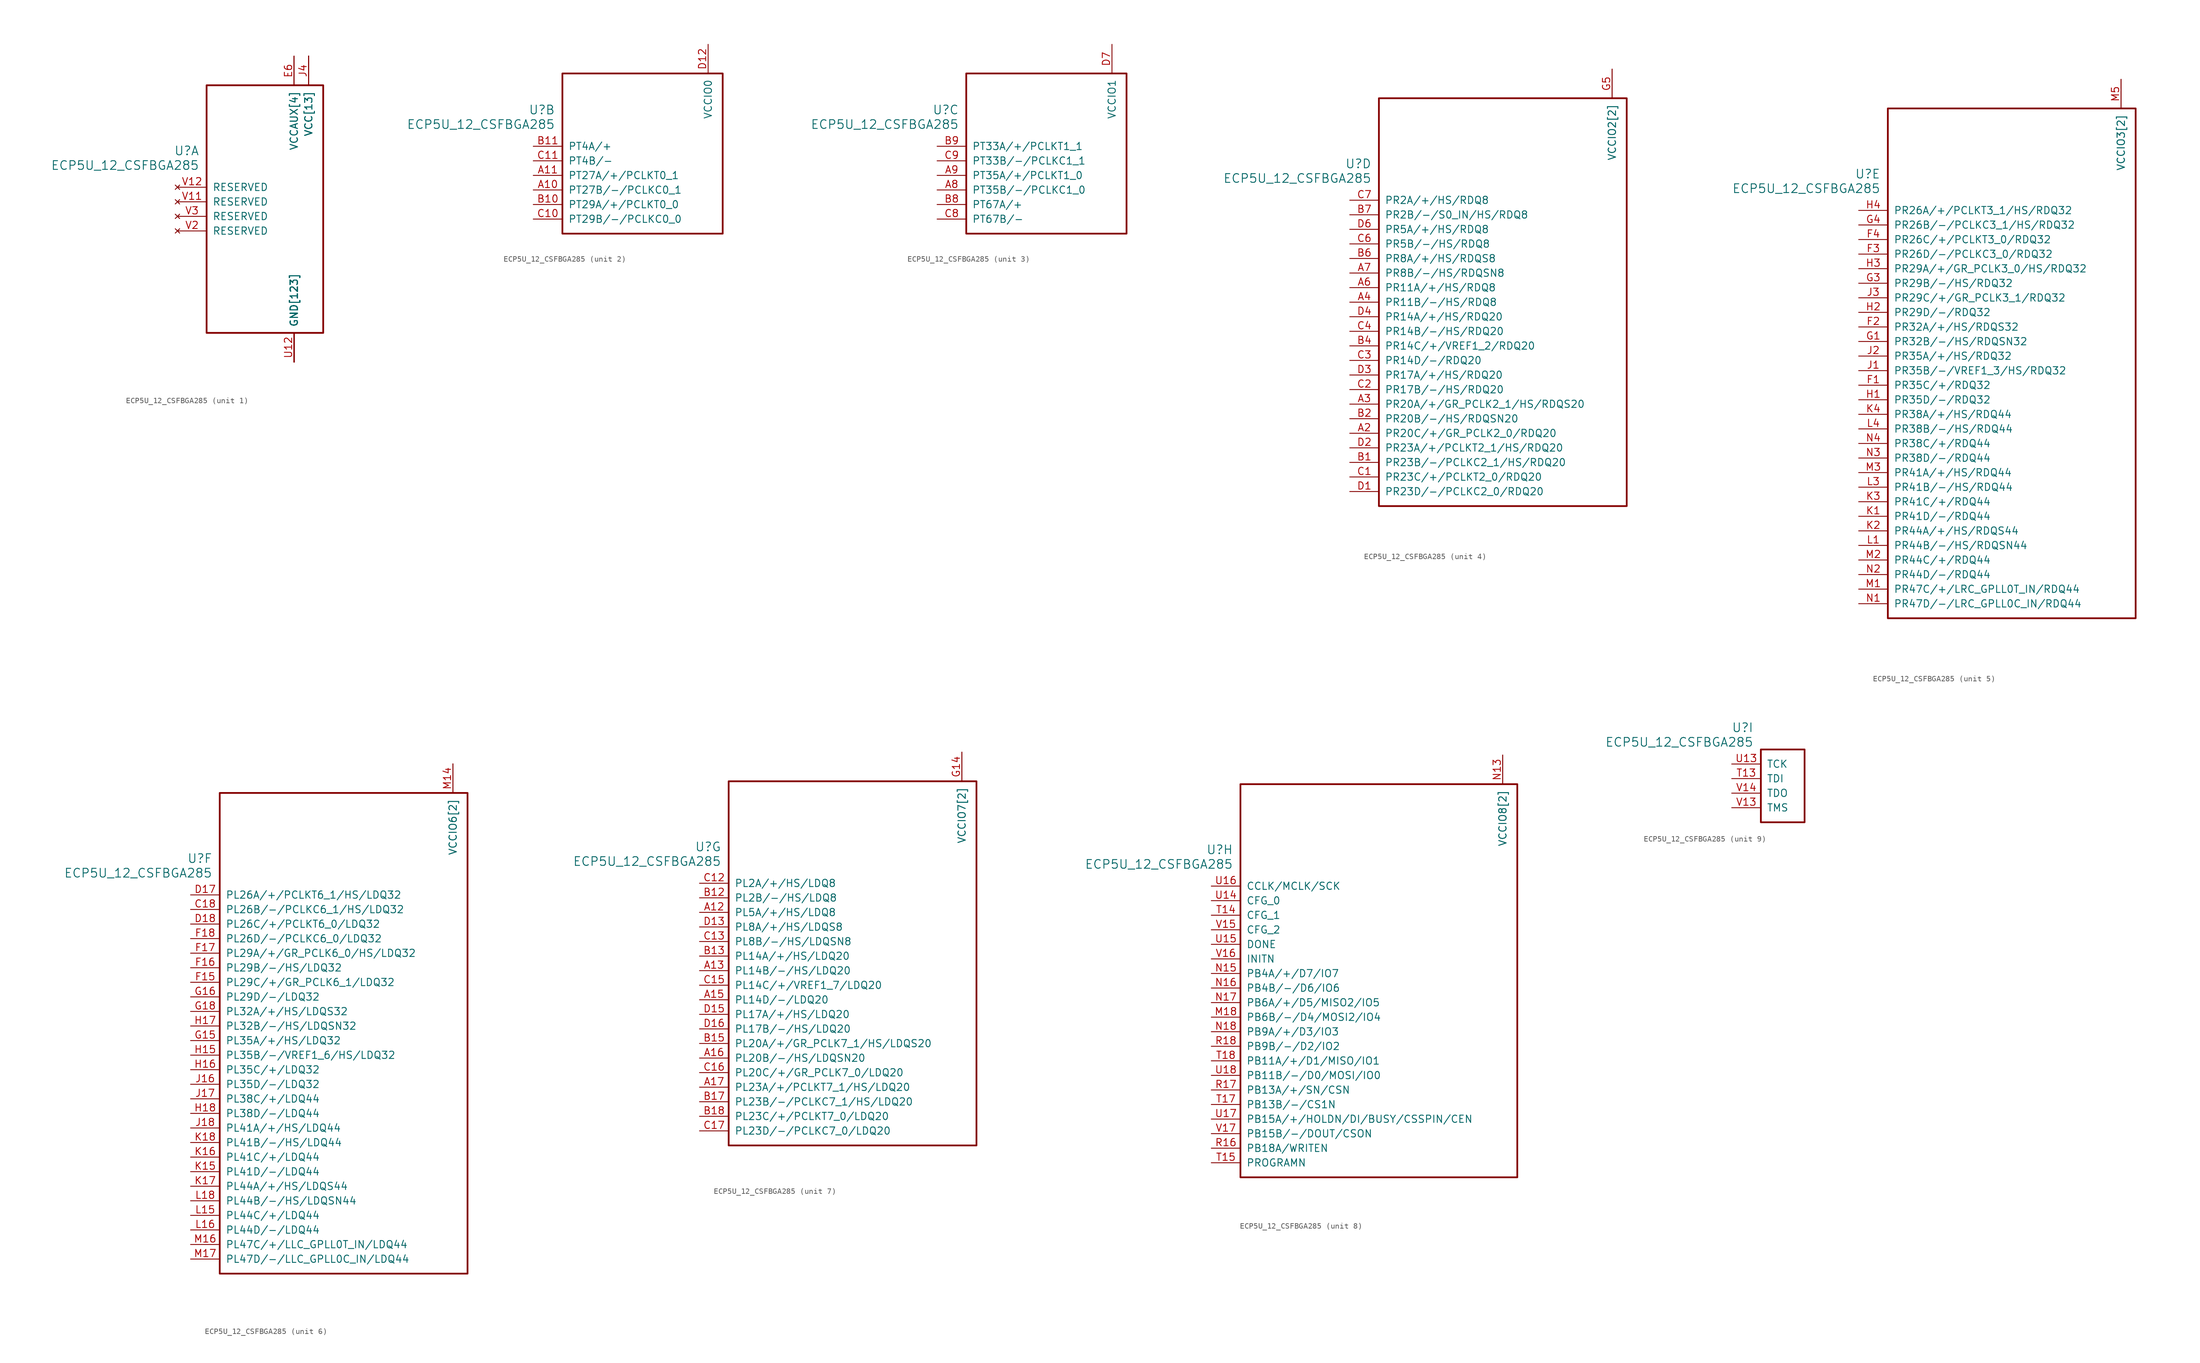
<source format=kicad_sym>
(kicad_symbol_lib
  (version 20211014)
  (generator kicad_symbol_editor)
  (symbol "ECP5U_12_CSFBGA285"
    (pin_names
      (offset 1.016))
    (property "Reference" "U"
      (at 3.81 6.35 0)
      (effects (font (size 1.524 1.524)) (justify right)))
    (property "Value" "ECP5U_12_CSFBGA285"
      (at 3.81 3.81 0)
      (effects (font (size 1.524 1.524)) (justify right)))
    (property "ki_locked" ""
      (at 0 0 0)
      (effects (font (size 1.27 1.27))))
    (symbol "ECP5U_12_CSFBGA285_1_1"
      (rectangle (start 5.08 17.78) (end 25.4 -25.4) (stroke (width 0.305) (type default) (color 0 0 0 0)) (fill (type none)))
      (pin power_in line (at 20.32 -30.48 90) (length 5.08) (name "GND[123]" (effects (font (size 1.27 1.27)))) (number "B16" (effects (font (size 0 0)))))
      (pin power_in line (at 20.32 -30.48 90) (length 5.08) (name "GND[123]" (effects (font (size 1.27 1.27)))) (number "B3" (effects (font (size 0 0)))))
      (pin power_in line (at 22.86 22.86 270) (length 5.08) (name "VCC[13]" (effects (font (size 1.27 1.27)))) (number "D10" (effects (font (size 0 0)))))
      (pin power_in line (at 22.86 22.86 270) (length 5.08) (name "VCC[13]" (effects (font (size 1.27 1.27)))) (number "D11" (effects (font (size 0 0)))))
      (pin power_in line (at 22.86 22.86 270) (length 5.08) (name "VCC[13]" (effects (font (size 1.27 1.27)))) (number "D8" (effects (font (size 0 0)))))
      (pin power_in line (at 22.86 22.86 270) (length 5.08) (name "VCC[13]" (effects (font (size 1.27 1.27)))) (number "D9" (effects (font (size 0 0)))))
      (pin power_in line (at 20.32 -30.48 90) (length 5.08) (name "GND[123]" (effects (font (size 1.27 1.27)))) (number "E10" (effects (font (size 0 0)))))
      (pin power_in line (at 20.32 -30.48 90) (length 5.08) (name "GND[123]" (effects (font (size 1.27 1.27)))) (number "E11" (effects (font (size 0 0)))))
      (pin power_in line (at 20.32 -30.48 90) (length 5.08) (name "GND[123]" (effects (font (size 1.27 1.27)))) (number "E12" (effects (font (size 0 0)))))
      (pin power_in line (at 20.32 22.86 270) (length 5.08) (name "VCCAUX[4]" (effects (font (size 1.27 1.27)))) (number "E13" (effects (font (size 0 0)))))
      (pin power_in line (at 20.32 -30.48 90) (length 5.08) (name "GND[123]" (effects (font (size 1.27 1.27)))) (number "E14" (effects (font (size 0 0)))))
      (pin power_in line (at 20.32 -30.48 90) (length 5.08) (name "GND[123]" (effects (font (size 1.27 1.27)))) (number "E5" (effects (font (size 0 0)))))
      (pin power_in line (at 20.32 22.86 270) (length 5.08) (name "VCCAUX[4]" (effects (font (size 1.27 1.27)))) (number "E6" (effects (font (size 1.27 1.27)))))
      (pin power_in line (at 20.32 -30.48 90) (length 5.08) (name "GND[123]" (effects (font (size 1.27 1.27)))) (number "E7" (effects (font (size 0 0)))))
      (pin power_in line (at 20.32 -30.48 90) (length 5.08) (name "GND[123]" (effects (font (size 1.27 1.27)))) (number "E8" (effects (font (size 0 0)))))
      (pin power_in line (at 20.32 -30.48 90) (length 5.08) (name "GND[123]" (effects (font (size 1.27 1.27)))) (number "E9" (effects (font (size 0 0)))))
      (pin power_in line (at 20.32 -30.48 90) (length 5.08) (name "GND[123]" (effects (font (size 1.27 1.27)))) (number "F10" (effects (font (size 0 0)))))
      (pin power_in line (at 20.32 -30.48 90) (length 5.08) (name "GND[123]" (effects (font (size 1.27 1.27)))) (number "F11" (effects (font (size 0 0)))))
      (pin power_in line (at 20.32 -30.48 90) (length 5.08) (name "GND[123]" (effects (font (size 1.27 1.27)))) (number "F12" (effects (font (size 0 0)))))
      (pin power_in line (at 20.32 -30.48 90) (length 5.08) (name "GND[123]" (effects (font (size 1.27 1.27)))) (number "F13" (effects (font (size 0 0)))))
      (pin power_in line (at 20.32 -30.48 90) (length 5.08) (name "GND[123]" (effects (font (size 1.27 1.27)))) (number "F14" (effects (font (size 0 0)))))
      (pin power_in line (at 20.32 -30.48 90) (length 5.08) (name "GND[123]" (effects (font (size 1.27 1.27)))) (number "F5" (effects (font (size 0 0)))))
      (pin power_in line (at 20.32 -30.48 90) (length 5.08) (name "GND[123]" (effects (font (size 1.27 1.27)))) (number "F6" (effects (font (size 0 0)))))
      (pin power_in line (at 20.32 -30.48 90) (length 5.08) (name "GND[123]" (effects (font (size 1.27 1.27)))) (number "F7" (effects (font (size 0 0)))))
      (pin power_in line (at 20.32 -30.48 90) (length 5.08) (name "GND[123]" (effects (font (size 1.27 1.27)))) (number "F8" (effects (font (size 0 0)))))
      (pin power_in line (at 20.32 -30.48 90) (length 5.08) (name "GND[123]" (effects (font (size 1.27 1.27)))) (number "F9" (effects (font (size 0 0)))))
      (pin power_in line (at 20.32 -30.48 90) (length 5.08) (name "GND[123]" (effects (font (size 1.27 1.27)))) (number "G10" (effects (font (size 0 0)))))
      (pin power_in line (at 20.32 -30.48 90) (length 5.08) (name "GND[123]" (effects (font (size 1.27 1.27)))) (number "G11" (effects (font (size 0 0)))))
      (pin power_in line (at 20.32 -30.48 90) (length 5.08) (name "GND[123]" (effects (font (size 1.27 1.27)))) (number "G12" (effects (font (size 0 0)))))
      (pin power_in line (at 20.32 -30.48 90) (length 5.08) (name "GND[123]" (effects (font (size 1.27 1.27)))) (number "G13" (effects (font (size 0 0)))))
      (pin power_in line (at 20.32 -30.48 90) (length 5.08) (name "GND[123]" (effects (font (size 1.27 1.27)))) (number "G17" (effects (font (size 0 0)))))
      (pin power_in line (at 20.32 -30.48 90) (length 5.08) (name "GND[123]" (effects (font (size 1.27 1.27)))) (number "G2" (effects (font (size 0 0)))))
      (pin power_in line (at 20.32 -30.48 90) (length 5.08) (name "GND[123]" (effects (font (size 1.27 1.27)))) (number "G6" (effects (font (size 0 0)))))
      (pin power_in line (at 20.32 -30.48 90) (length 5.08) (name "GND[123]" (effects (font (size 1.27 1.27)))) (number "G7" (effects (font (size 0 0)))))
      (pin power_in line (at 20.32 -30.48 90) (length 5.08) (name "GND[123]" (effects (font (size 1.27 1.27)))) (number "G8" (effects (font (size 0 0)))))
      (pin power_in line (at 20.32 -30.48 90) (length 5.08) (name "GND[123]" (effects (font (size 1.27 1.27)))) (number "G9" (effects (font (size 0 0)))))
      (pin power_in line (at 20.32 -30.48 90) (length 5.08) (name "GND[123]" (effects (font (size 1.27 1.27)))) (number "H10" (effects (font (size 0 0)))))
      (pin power_in line (at 20.32 -30.48 90) (length 5.08) (name "GND[123]" (effects (font (size 1.27 1.27)))) (number "H11" (effects (font (size 0 0)))))
      (pin power_in line (at 20.32 -30.48 90) (length 5.08) (name "GND[123]" (effects (font (size 1.27 1.27)))) (number "H12" (effects (font (size 0 0)))))
      (pin power_in line (at 20.32 -30.48 90) (length 5.08) (name "GND[123]" (effects (font (size 1.27 1.27)))) (number "H13" (effects (font (size 0 0)))))
      (pin power_in line (at 20.32 -30.48 90) (length 5.08) (name "GND[123]" (effects (font (size 1.27 1.27)))) (number "H6" (effects (font (size 0 0)))))
      (pin power_in line (at 20.32 -30.48 90) (length 5.08) (name "GND[123]" (effects (font (size 1.27 1.27)))) (number "H7" (effects (font (size 0 0)))))
      (pin power_in line (at 20.32 -30.48 90) (length 5.08) (name "GND[123]" (effects (font (size 1.27 1.27)))) (number "H8" (effects (font (size 0 0)))))
      (pin power_in line (at 20.32 -30.48 90) (length 5.08) (name "GND[123]" (effects (font (size 1.27 1.27)))) (number "H9" (effects (font (size 0 0)))))
      (pin power_in line (at 20.32 -30.48 90) (length 5.08) (name "GND[123]" (effects (font (size 1.27 1.27)))) (number "J10" (effects (font (size 0 0)))))
      (pin power_in line (at 20.32 -30.48 90) (length 5.08) (name "GND[123]" (effects (font (size 1.27 1.27)))) (number "J11" (effects (font (size 0 0)))))
      (pin power_in line (at 20.32 -30.48 90) (length 5.08) (name "GND[123]" (effects (font (size 1.27 1.27)))) (number "J12" (effects (font (size 0 0)))))
      (pin power_in line (at 20.32 -30.48 90) (length 5.08) (name "GND[123]" (effects (font (size 1.27 1.27)))) (number "J13" (effects (font (size 0 0)))))
      (pin power_in line (at 22.86 22.86 270) (length 5.08) (name "VCC[13]" (effects (font (size 1.27 1.27)))) (number "J14" (effects (font (size 0 0)))))
      (pin power_in line (at 22.86 22.86 270) (length 5.08) (name "VCC[13]" (effects (font (size 1.27 1.27)))) (number "J15" (effects (font (size 0 0)))))
      (pin power_in line (at 22.86 22.86 270) (length 5.08) (name "VCC[13]" (effects (font (size 1.27 1.27)))) (number "J4" (effects (font (size 1.27 1.27)))))
      (pin power_in line (at 22.86 22.86 270) (length 5.08) (name "VCC[13]" (effects (font (size 1.27 1.27)))) (number "J5" (effects (font (size 0 0)))))
      (pin power_in line (at 20.32 -30.48 90) (length 5.08) (name "GND[123]" (effects (font (size 1.27 1.27)))) (number "J6" (effects (font (size 0 0)))))
      (pin power_in line (at 20.32 -30.48 90) (length 5.08) (name "GND[123]" (effects (font (size 1.27 1.27)))) (number "J7" (effects (font (size 0 0)))))
      (pin power_in line (at 20.32 -30.48 90) (length 5.08) (name "GND[123]" (effects (font (size 1.27 1.27)))) (number "J8" (effects (font (size 0 0)))))
      (pin power_in line (at 20.32 -30.48 90) (length 5.08) (name "GND[123]" (effects (font (size 1.27 1.27)))) (number "J9" (effects (font (size 0 0)))))
      (pin power_in line (at 20.32 -30.48 90) (length 5.08) (name "GND[123]" (effects (font (size 1.27 1.27)))) (number "K10" (effects (font (size 0 0)))))
      (pin power_in line (at 20.32 -30.48 90) (length 5.08) (name "GND[123]" (effects (font (size 1.27 1.27)))) (number "K11" (effects (font (size 0 0)))))
      (pin power_in line (at 20.32 -30.48 90) (length 5.08) (name "GND[123]" (effects (font (size 1.27 1.27)))) (number "K12" (effects (font (size 0 0)))))
      (pin power_in line (at 20.32 -30.48 90) (length 5.08) (name "GND[123]" (effects (font (size 1.27 1.27)))) (number "K13" (effects (font (size 0 0)))))
      (pin power_in line (at 20.32 -30.48 90) (length 5.08) (name "GND[123]" (effects (font (size 1.27 1.27)))) (number "K14" (effects (font (size 0 0)))))
      (pin power_in line (at 20.32 -30.48 90) (length 5.08) (name "GND[123]" (effects (font (size 1.27 1.27)))) (number "K5" (effects (font (size 0 0)))))
      (pin power_in line (at 20.32 -30.48 90) (length 5.08) (name "GND[123]" (effects (font (size 1.27 1.27)))) (number "K6" (effects (font (size 0 0)))))
      (pin power_in line (at 20.32 -30.48 90) (length 5.08) (name "GND[123]" (effects (font (size 1.27 1.27)))) (number "K7" (effects (font (size 0 0)))))
      (pin power_in line (at 20.32 -30.48 90) (length 5.08) (name "GND[123]" (effects (font (size 1.27 1.27)))) (number "K8" (effects (font (size 0 0)))))
      (pin power_in line (at 20.32 -30.48 90) (length 5.08) (name "GND[123]" (effects (font (size 1.27 1.27)))) (number "K9" (effects (font (size 0 0)))))
      (pin power_in line (at 20.32 -30.48 90) (length 5.08) (name "GND[123]" (effects (font (size 1.27 1.27)))) (number "L10" (effects (font (size 0 0)))))
      (pin power_in line (at 20.32 -30.48 90) (length 5.08) (name "GND[123]" (effects (font (size 1.27 1.27)))) (number "L11" (effects (font (size 0 0)))))
      (pin power_in line (at 20.32 -30.48 90) (length 5.08) (name "GND[123]" (effects (font (size 1.27 1.27)))) (number "L12" (effects (font (size 0 0)))))
      (pin power_in line (at 20.32 -30.48 90) (length 5.08) (name "GND[123]" (effects (font (size 1.27 1.27)))) (number "L13" (effects (font (size 0 0)))))
      (pin power_in line (at 20.32 -30.48 90) (length 5.08) (name "GND[123]" (effects (font (size 1.27 1.27)))) (number "L14" (effects (font (size 0 0)))))
      (pin power_in line (at 20.32 -30.48 90) (length 5.08) (name "GND[123]" (effects (font (size 1.27 1.27)))) (number "L17" (effects (font (size 0 0)))))
      (pin power_in line (at 20.32 -30.48 90) (length 5.08) (name "GND[123]" (effects (font (size 1.27 1.27)))) (number "L2" (effects (font (size 0 0)))))
      (pin power_in line (at 20.32 -30.48 90) (length 5.08) (name "GND[123]" (effects (font (size 1.27 1.27)))) (number "L5" (effects (font (size 0 0)))))
      (pin power_in line (at 20.32 -30.48 90) (length 5.08) (name "GND[123]" (effects (font (size 1.27 1.27)))) (number "L6" (effects (font (size 0 0)))))
      (pin power_in line (at 20.32 -30.48 90) (length 5.08) (name "GND[123]" (effects (font (size 1.27 1.27)))) (number "L7" (effects (font (size 0 0)))))
      (pin power_in line (at 20.32 -30.48 90) (length 5.08) (name "GND[123]" (effects (font (size 1.27 1.27)))) (number "L8" (effects (font (size 0 0)))))
      (pin power_in line (at 20.32 -30.48 90) (length 5.08) (name "GND[123]" (effects (font (size 1.27 1.27)))) (number "L9" (effects (font (size 0 0)))))
      (pin power_in line (at 20.32 -30.48 90) (length 5.08) (name "GND[123]" (effects (font (size 1.27 1.27)))) (number "M10" (effects (font (size 0 0)))))
      (pin power_in line (at 20.32 -30.48 90) (length 5.08) (name "GND[123]" (effects (font (size 1.27 1.27)))) (number "M11" (effects (font (size 0 0)))))
      (pin power_in line (at 20.32 -30.48 90) (length 5.08) (name "GND[123]" (effects (font (size 1.27 1.27)))) (number "M12" (effects (font (size 0 0)))))
      (pin power_in line (at 20.32 -30.48 90) (length 5.08) (name "GND[123]" (effects (font (size 1.27 1.27)))) (number "M13" (effects (font (size 0 0)))))
      (pin power_in line (at 22.86 22.86 270) (length 5.08) (name "VCC[13]" (effects (font (size 1.27 1.27)))) (number "M15" (effects (font (size 0 0)))))
      (pin power_in line (at 22.86 22.86 270) (length 5.08) (name "VCC[13]" (effects (font (size 1.27 1.27)))) (number "M4" (effects (font (size 0 0)))))
      (pin power_in line (at 20.32 -30.48 90) (length 5.08) (name "GND[123]" (effects (font (size 1.27 1.27)))) (number "M6" (effects (font (size 0 0)))))
      (pin power_in line (at 20.32 -30.48 90) (length 5.08) (name "GND[123]" (effects (font (size 1.27 1.27)))) (number "M7" (effects (font (size 0 0)))))
      (pin power_in line (at 20.32 -30.48 90) (length 5.08) (name "GND[123]" (effects (font (size 1.27 1.27)))) (number "M8" (effects (font (size 0 0)))))
      (pin power_in line (at 20.32 -30.48 90) (length 5.08) (name "GND[123]" (effects (font (size 1.27 1.27)))) (number "M9" (effects (font (size 0 0)))))
      (pin power_in line (at 20.32 -30.48 90) (length 5.08) (name "GND[123]" (effects (font (size 1.27 1.27)))) (number "N10" (effects (font (size 0 0)))))
      (pin power_in line (at 20.32 -30.48 90) (length 5.08) (name "GND[123]" (effects (font (size 1.27 1.27)))) (number "N11" (effects (font (size 0 0)))))
      (pin power_in line (at 20.32 -30.48 90) (length 5.08) (name "GND[123]" (effects (font (size 1.27 1.27)))) (number "N12" (effects (font (size 0 0)))))
      (pin power_in line (at 20.32 22.86 270) (length 5.08) (name "VCCAUX[4]" (effects (font (size 1.27 1.27)))) (number "N6" (effects (font (size 0 0)))))
      (pin power_in line (at 20.32 -30.48 90) (length 5.08) (name "GND[123]" (effects (font (size 1.27 1.27)))) (number "N7" (effects (font (size 0 0)))))
      (pin power_in line (at 20.32 -30.48 90) (length 5.08) (name "GND[123]" (effects (font (size 1.27 1.27)))) (number "N8" (effects (font (size 0 0)))))
      (pin power_in line (at 20.32 -30.48 90) (length 5.08) (name "GND[123]" (effects (font (size 1.27 1.27)))) (number "N9" (effects (font (size 0 0)))))
      (pin power_in line (at 20.32 -30.48 90) (length 5.08) (name "GND[123]" (effects (font (size 1.27 1.27)))) (number "P10" (effects (font (size 0 0)))))
      (pin power_in line (at 22.86 22.86 270) (length 5.08) (name "VCC[13]" (effects (font (size 1.27 1.27)))) (number "P11" (effects (font (size 0 0)))))
      (pin power_in line (at 20.32 -30.48 90) (length 5.08) (name "GND[123]" (effects (font (size 1.27 1.27)))) (number "P12" (effects (font (size 0 0)))))
      (pin power_in line (at 20.32 22.86 270) (length 5.08) (name "VCCAUX[4]" (effects (font (size 1.27 1.27)))) (number "P13" (effects (font (size 0 0)))))
      (pin power_in line (at 20.32 -30.48 90) (length 5.08) (name "GND[123]" (effects (font (size 1.27 1.27)))) (number "P5" (effects (font (size 0 0)))))
      (pin power_in line (at 20.32 -30.48 90) (length 5.08) (name "GND[123]" (effects (font (size 1.27 1.27)))) (number "P6" (effects (font (size 0 0)))))
      (pin power_in line (at 22.86 22.86 270) (length 5.08) (name "VCC[13]" (effects (font (size 1.27 1.27)))) (number "P7" (effects (font (size 0 0)))))
      (pin power_in line (at 20.32 -30.48 90) (length 5.08) (name "GND[123]" (effects (font (size 1.27 1.27)))) (number "P8" (effects (font (size 0 0)))))
      (pin power_in line (at 22.86 22.86 270) (length 5.08) (name "VCC[13]" (effects (font (size 1.27 1.27)))) (number "P9" (effects (font (size 0 0)))))
      (pin power_in line (at 20.32 -30.48 90) (length 5.08) (name "GND[123]" (effects (font (size 1.27 1.27)))) (number "R1" (effects (font (size 0 0)))))
      (pin power_in line (at 20.32 -30.48 90) (length 5.08) (name "GND[123]" (effects (font (size 1.27 1.27)))) (number "R10" (effects (font (size 0 0)))))
      (pin power_in line (at 20.32 -30.48 90) (length 5.08) (name "GND[123]" (effects (font (size 1.27 1.27)))) (number "R2" (effects (font (size 0 0)))))
      (pin power_in line (at 20.32 -30.48 90) (length 5.08) (name "GND[123]" (effects (font (size 1.27 1.27)))) (number "R3" (effects (font (size 0 0)))))
      (pin power_in line (at 20.32 -30.48 90) (length 5.08) (name "GND[123]" (effects (font (size 1.27 1.27)))) (number "T1" (effects (font (size 0 0)))))
      (pin power_in line (at 20.32 -30.48 90) (length 5.08) (name "GND[123]" (effects (font (size 1.27 1.27)))) (number "T10" (effects (font (size 0 0)))))
      (pin power_in line (at 20.32 -30.48 90) (length 5.08) (name "GND[123]" (effects (font (size 1.27 1.27)))) (number "T11" (effects (font (size 0 0)))))
      (pin power_in line (at 20.32 -30.48 90) (length 5.08) (name "GND[123]" (effects (font (size 1.27 1.27)))) (number "T12" (effects (font (size 0 0)))))
      (pin power_in line (at 20.32 -30.48 90) (length 5.08) (name "GND[123]" (effects (font (size 1.27 1.27)))) (number "T16" (effects (font (size 0 0)))))
      (pin power_in line (at 20.32 -30.48 90) (length 5.08) (name "GND[123]" (effects (font (size 1.27 1.27)))) (number "T2" (effects (font (size 0 0)))))
      (pin power_in line (at 20.32 -30.48 90) (length 5.08) (name "GND[123]" (effects (font (size 1.27 1.27)))) (number "T3" (effects (font (size 0 0)))))
      (pin power_in line (at 20.32 -30.48 90) (length 5.08) (name "GND[123]" (effects (font (size 1.27 1.27)))) (number "T4" (effects (font (size 0 0)))))
      (pin power_in line (at 20.32 -30.48 90) (length 5.08) (name "GND[123]" (effects (font (size 1.27 1.27)))) (number "T5" (effects (font (size 0 0)))))
      (pin power_in line (at 20.32 -30.48 90) (length 5.08) (name "GND[123]" (effects (font (size 1.27 1.27)))) (number "T6" (effects (font (size 0 0)))))
      (pin power_in line (at 20.32 -30.48 90) (length 5.08) (name "GND[123]" (effects (font (size 1.27 1.27)))) (number "T7" (effects (font (size 0 0)))))
      (pin power_in line (at 20.32 -30.48 90) (length 5.08) (name "GND[123]" (effects (font (size 1.27 1.27)))) (number "T8" (effects (font (size 0 0)))))
      (pin power_in line (at 20.32 -30.48 90) (length 5.08) (name "GND[123]" (effects (font (size 1.27 1.27)))) (number "T9" (effects (font (size 0 0)))))
      (pin power_in line (at 20.32 -30.48 90) (length 5.08) (name "GND[123]" (effects (font (size 1.27 1.27)))) (number "U1" (effects (font (size 0 0)))))
      (pin power_in line (at 20.32 -30.48 90) (length 5.08) (name "GND[123]" (effects (font (size 1.27 1.27)))) (number "U10" (effects (font (size 0 0)))))
      (pin power_in line (at 20.32 -30.48 90) (length 5.08) (name "GND[123]" (effects (font (size 1.27 1.27)))) (number "U11" (effects (font (size 0 0)))))
      (pin power_in line (at 20.32 -30.48 90) (length 5.08) (name "GND[123]" (effects (font (size 1.27 1.27)))) (number "U12" (effects (font (size 1.27 1.27)))))
      (pin power_in line (at 20.32 -30.48 90) (length 5.08) (name "GND[123]" (effects (font (size 1.27 1.27)))) (number "U2" (effects (font (size 0 0)))))
      (pin power_in line (at 20.32 -30.48 90) (length 5.08) (name "GND[123]" (effects (font (size 1.27 1.27)))) (number "U3" (effects (font (size 0 0)))))
      (pin power_in line (at 20.32 -30.48 90) (length 5.08) (name "GND[123]" (effects (font (size 1.27 1.27)))) (number "U4" (effects (font (size 0 0)))))
      (pin power_in line (at 20.32 -30.48 90) (length 5.08) (name "GND[123]" (effects (font (size 1.27 1.27)))) (number "U5" (effects (font (size 0 0)))))
      (pin power_in line (at 20.32 -30.48 90) (length 5.08) (name "GND[123]" (effects (font (size 1.27 1.27)))) (number "U6" (effects (font (size 0 0)))))
      (pin power_in line (at 20.32 -30.48 90) (length 5.08) (name "GND[123]" (effects (font (size 1.27 1.27)))) (number "U7" (effects (font (size 0 0)))))
      (pin power_in line (at 20.32 -30.48 90) (length 5.08) (name "GND[123]" (effects (font (size 1.27 1.27)))) (number "U8" (effects (font (size 0 0)))))
      (pin power_in line (at 20.32 -30.48 90) (length 5.08) (name "GND[123]" (effects (font (size 1.27 1.27)))) (number "U9" (effects (font (size 0 0)))))
      (pin power_in line (at 20.32 -30.48 90) (length 5.08) (name "GND[123]" (effects (font (size 1.27 1.27)))) (number "V10" (effects (font (size 0 0)))))
      (pin no_connect line (at 0 -2.54 0) (length 5.08) (name "RESERVED" (effects (font (size 1.27 1.27)))) (number "V11" (effects (font (size 1.27 1.27)))))
      (pin no_connect line (at 0 0 0) (length 5.08) (name "RESERVED" (effects (font (size 1.27 1.27)))) (number "V12" (effects (font (size 1.27 1.27)))))
      (pin no_connect line (at 0 -7.62 0) (length 5.08) (name "RESERVED" (effects (font (size 1.27 1.27)))) (number "V2" (effects (font (size 1.27 1.27)))))
      (pin no_connect line (at 0 -5.08 0) (length 5.08) (name "RESERVED" (effects (font (size 1.27 1.27)))) (number "V3" (effects (font (size 1.27 1.27)))))
      (pin power_in line (at 20.32 -30.48 90) (length 5.08) (name "GND[123]" (effects (font (size 1.27 1.27)))) (number "V4" (effects (font (size 0 0)))))
      (pin power_in line (at 20.32 -30.48 90) (length 5.08) (name "GND[123]" (effects (font (size 1.27 1.27)))) (number "V5" (effects (font (size 0 0)))))
      (pin power_in line (at 20.32 -30.48 90) (length 5.08) (name "GND[123]" (effects (font (size 1.27 1.27)))) (number "V6" (effects (font (size 0 0)))))
      (pin power_in line (at 20.32 -30.48 90) (length 5.08) (name "GND[123]" (effects (font (size 1.27 1.27)))) (number "V7" (effects (font (size 0 0)))))
      (pin power_in line (at 20.32 -30.48 90) (length 5.08) (name "GND[123]" (effects (font (size 1.27 1.27)))) (number "V8" (effects (font (size 0 0)))))
      (pin power_in line (at 20.32 -30.48 90) (length 5.08) (name "GND[123]" (effects (font (size 1.27 1.27)))) (number "V9" (effects (font (size 0 0))))))
    (symbol "ECP5U_12_CSFBGA285_2_1"
      (rectangle (start 5.08 12.7) (end 33.02 -15.24) (stroke (width 0.305) (type default) (color 0 0 0 0)) (fill (type none)))
      (pin bidirectional line (at 0 -7.62 0) (length 5.08) (name "PT27B/-/PCLKC0_1" (effects (font (size 1.27 1.27)))) (number "A10" (effects (font (size 1.27 1.27)))))
      (pin bidirectional line (at 0 -5.08 0) (length 5.08) (name "PT27A/+/PCLKT0_1" (effects (font (size 1.27 1.27)))) (number "A11" (effects (font (size 1.27 1.27)))))
      (pin bidirectional line (at 0 -10.16 0) (length 5.08) (name "PT29A/+/PCLKT0_0" (effects (font (size 1.27 1.27)))) (number "B10" (effects (font (size 1.27 1.27)))))
      (pin bidirectional line (at 0 0 0) (length 5.08) (name "PT4A/+" (effects (font (size 1.27 1.27)))) (number "B11" (effects (font (size 1.27 1.27)))))
      (pin bidirectional line (at 0 -12.7 0) (length 5.08) (name "PT29B/-/PCLKC0_0" (effects (font (size 1.27 1.27)))) (number "C10" (effects (font (size 1.27 1.27)))))
      (pin bidirectional line (at 0 -2.54 0) (length 5.08) (name "PT4B/-" (effects (font (size 1.27 1.27)))) (number "C11" (effects (font (size 1.27 1.27)))))
      (pin power_in line (at 30.48 17.78 270) (length 5.08) (name "VCCIO0" (effects (font (size 1.27 1.27)))) (number "D12" (effects (font (size 1.27 1.27))))))
    (symbol "ECP5U_12_CSFBGA285_3_1"
      (rectangle (start 5.08 12.7) (end 33.02 -15.24) (stroke (width 0.305) (type default) (color 0 0 0 0)) (fill (type none)))
      (pin bidirectional line (at 0 -7.62 0) (length 5.08) (name "PT35B/-/PCLKC1_0" (effects (font (size 1.27 1.27)))) (number "A8" (effects (font (size 1.27 1.27)))))
      (pin bidirectional line (at 0 -5.08 0) (length 5.08) (name "PT35A/+/PCLKT1_0" (effects (font (size 1.27 1.27)))) (number "A9" (effects (font (size 1.27 1.27)))))
      (pin bidirectional line (at 0 -10.16 0) (length 5.08) (name "PT67A/+" (effects (font (size 1.27 1.27)))) (number "B8" (effects (font (size 1.27 1.27)))))
      (pin bidirectional line (at 0 0 0) (length 5.08) (name "PT33A/+/PCLKT1_1" (effects (font (size 1.27 1.27)))) (number "B9" (effects (font (size 1.27 1.27)))))
      (pin bidirectional line (at 0 -12.7 0) (length 5.08) (name "PT67B/-" (effects (font (size 1.27 1.27)))) (number "C8" (effects (font (size 1.27 1.27)))))
      (pin bidirectional line (at 0 -2.54 0) (length 5.08) (name "PT33B/-/PCLKC1_1" (effects (font (size 1.27 1.27)))) (number "C9" (effects (font (size 1.27 1.27)))))
      (pin power_in line (at 30.48 17.78 270) (length 5.08) (name "VCCIO1" (effects (font (size 1.27 1.27)))) (number "D7" (effects (font (size 1.27 1.27))))))
    (symbol "ECP5U_12_CSFBGA285_4_1"
      (rectangle (start 5.08 17.78) (end 48.26 -53.34) (stroke (width 0.305) (type default) (color 0 0 0 0)) (fill (type none)))
      (pin bidirectional line (at 0 -40.64 0) (length 5.08) (name "PR20C/+/GR_PCLK2_0/RDQ20" (effects (font (size 1.27 1.27)))) (number "A2" (effects (font (size 1.27 1.27)))))
      (pin bidirectional line (at 0 -35.56 0) (length 5.08) (name "PR20A/+/GR_PCLK2_1/HS/RDQS20" (effects (font (size 1.27 1.27)))) (number "A3" (effects (font (size 1.27 1.27)))))
      (pin bidirectional line (at 0 -17.78 0) (length 5.08) (name "PR11B/-/HS/RDQ8" (effects (font (size 1.27 1.27)))) (number "A4" (effects (font (size 1.27 1.27)))))
      (pin bidirectional line (at 0 -15.24 0) (length 5.08) (name "PR11A/+/HS/RDQ8" (effects (font (size 1.27 1.27)))) (number "A6" (effects (font (size 1.27 1.27)))))
      (pin bidirectional line (at 0 -12.7 0) (length 5.08) (name "PR8B/-/HS/RDQSN8" (effects (font (size 1.27 1.27)))) (number "A7" (effects (font (size 1.27 1.27)))))
      (pin bidirectional line (at 0 -45.72 0) (length 5.08) (name "PR23B/-/PCLKC2_1/HS/RDQ20" (effects (font (size 1.27 1.27)))) (number "B1" (effects (font (size 1.27 1.27)))))
      (pin bidirectional line (at 0 -38.1 0) (length 5.08) (name "PR20B/-/HS/RDQSN20" (effects (font (size 1.27 1.27)))) (number "B2" (effects (font (size 1.27 1.27)))))
      (pin bidirectional line (at 0 -25.4 0) (length 5.08) (name "PR14C/+/VREF1_2/RDQ20" (effects (font (size 1.27 1.27)))) (number "B4" (effects (font (size 1.27 1.27)))))
      (pin bidirectional line (at 0 -10.16 0) (length 5.08) (name "PR8A/+/HS/RDQS8" (effects (font (size 1.27 1.27)))) (number "B6" (effects (font (size 1.27 1.27)))))
      (pin bidirectional line (at 0 -2.54 0) (length 5.08) (name "PR2B/-/S0_IN/HS/RDQ8" (effects (font (size 1.27 1.27)))) (number "B7" (effects (font (size 1.27 1.27)))))
      (pin bidirectional line (at 0 -48.26 0) (length 5.08) (name "PR23C/+/PCLKT2_0/RDQ20" (effects (font (size 1.27 1.27)))) (number "C1" (effects (font (size 1.27 1.27)))))
      (pin bidirectional line (at 0 -33.02 0) (length 5.08) (name "PR17B/-/HS/RDQ20" (effects (font (size 1.27 1.27)))) (number "C2" (effects (font (size 1.27 1.27)))))
      (pin bidirectional line (at 0 -27.94 0) (length 5.08) (name "PR14D/-/RDQ20" (effects (font (size 1.27 1.27)))) (number "C3" (effects (font (size 1.27 1.27)))))
      (pin bidirectional line (at 0 -22.86 0) (length 5.08) (name "PR14B/-/HS/RDQ20" (effects (font (size 1.27 1.27)))) (number "C4" (effects (font (size 1.27 1.27)))))
      (pin bidirectional line (at 0 -7.62 0) (length 5.08) (name "PR5B/-/HS/RDQ8" (effects (font (size 1.27 1.27)))) (number "C6" (effects (font (size 1.27 1.27)))))
      (pin bidirectional line (at 0 0 0) (length 5.08) (name "PR2A/+/HS/RDQ8" (effects (font (size 1.27 1.27)))) (number "C7" (effects (font (size 1.27 1.27)))))
      (pin bidirectional line (at 0 -50.8 0) (length 5.08) (name "PR23D/-/PCLKC2_0/RDQ20" (effects (font (size 1.27 1.27)))) (number "D1" (effects (font (size 1.27 1.27)))))
      (pin bidirectional line (at 0 -43.18 0) (length 5.08) (name "PR23A/+/PCLKT2_1/HS/RDQ20" (effects (font (size 1.27 1.27)))) (number "D2" (effects (font (size 1.27 1.27)))))
      (pin bidirectional line (at 0 -30.48 0) (length 5.08) (name "PR17A/+/HS/RDQ20" (effects (font (size 1.27 1.27)))) (number "D3" (effects (font (size 1.27 1.27)))))
      (pin bidirectional line (at 0 -20.32 0) (length 5.08) (name "PR14A/+/HS/RDQ20" (effects (font (size 1.27 1.27)))) (number "D4" (effects (font (size 1.27 1.27)))))
      (pin bidirectional line (at 0 -5.08 0) (length 5.08) (name "PR5A/+/HS/RDQ8" (effects (font (size 1.27 1.27)))) (number "D6" (effects (font (size 1.27 1.27)))))
      (pin power_in line (at 45.72 22.86 270) (length 5.08) (name "VCCIO2[2]" (effects (font (size 1.27 1.27)))) (number "G5" (effects (font (size 1.27 1.27)))))
      (pin power_in line (at 45.72 22.86 270) (length 5.08) (name "VCCIO2[2]" (effects (font (size 1.27 1.27)))) (number "H5" (effects (font (size 0 0))))))
    (symbol "ECP5U_12_CSFBGA285_5_1"
      (rectangle (start 5.08 17.78) (end 48.26 -71.12) (stroke (width 0.305) (type default) (color 0 0 0 0)) (fill (type none)))
      (pin bidirectional line (at 0 -30.48 0) (length 5.08) (name "PR35C/+/RDQ32" (effects (font (size 1.27 1.27)))) (number "F1" (effects (font (size 1.27 1.27)))))
      (pin bidirectional line (at 0 -20.32 0) (length 5.08) (name "PR32A/+/HS/RDQS32" (effects (font (size 1.27 1.27)))) (number "F2" (effects (font (size 1.27 1.27)))))
      (pin bidirectional line (at 0 -7.62 0) (length 5.08) (name "PR26D/-/PCLKC3_0/RDQ32" (effects (font (size 1.27 1.27)))) (number "F3" (effects (font (size 1.27 1.27)))))
      (pin bidirectional line (at 0 -5.08 0) (length 5.08) (name "PR26C/+/PCLKT3_0/RDQ32" (effects (font (size 1.27 1.27)))) (number "F4" (effects (font (size 1.27 1.27)))))
      (pin bidirectional line (at 0 -22.86 0) (length 5.08) (name "PR32B/-/HS/RDQSN32" (effects (font (size 1.27 1.27)))) (number "G1" (effects (font (size 1.27 1.27)))))
      (pin bidirectional line (at 0 -12.7 0) (length 5.08) (name "PR29B/-/HS/RDQ32" (effects (font (size 1.27 1.27)))) (number "G3" (effects (font (size 1.27 1.27)))))
      (pin bidirectional line (at 0 -2.54 0) (length 5.08) (name "PR26B/-/PCLKC3_1/HS/RDQ32" (effects (font (size 1.27 1.27)))) (number "G4" (effects (font (size 1.27 1.27)))))
      (pin bidirectional line (at 0 -33.02 0) (length 5.08) (name "PR35D/-/RDQ32" (effects (font (size 1.27 1.27)))) (number "H1" (effects (font (size 1.27 1.27)))))
      (pin bidirectional line (at 0 -17.78 0) (length 5.08) (name "PR29D/-/RDQ32" (effects (font (size 1.27 1.27)))) (number "H2" (effects (font (size 1.27 1.27)))))
      (pin bidirectional line (at 0 -10.16 0) (length 5.08) (name "PR29A/+/GR_PCLK3_0/HS/RDQ32" (effects (font (size 1.27 1.27)))) (number "H3" (effects (font (size 1.27 1.27)))))
      (pin bidirectional line (at 0 0 0) (length 5.08) (name "PR26A/+/PCLKT3_1/HS/RDQ32" (effects (font (size 1.27 1.27)))) (number "H4" (effects (font (size 1.27 1.27)))))
      (pin bidirectional line (at 0 -27.94 0) (length 5.08) (name "PR35B/-/VREF1_3/HS/RDQ32" (effects (font (size 1.27 1.27)))) (number "J1" (effects (font (size 1.27 1.27)))))
      (pin bidirectional line (at 0 -25.4 0) (length 5.08) (name "PR35A/+/HS/RDQ32" (effects (font (size 1.27 1.27)))) (number "J2" (effects (font (size 1.27 1.27)))))
      (pin bidirectional line (at 0 -15.24 0) (length 5.08) (name "PR29C/+/GR_PCLK3_1/RDQ32" (effects (font (size 1.27 1.27)))) (number "J3" (effects (font (size 1.27 1.27)))))
      (pin bidirectional line (at 0 -53.34 0) (length 5.08) (name "PR41D/-/RDQ44" (effects (font (size 1.27 1.27)))) (number "K1" (effects (font (size 1.27 1.27)))))
      (pin bidirectional line (at 0 -55.88 0) (length 5.08) (name "PR44A/+/HS/RDQS44" (effects (font (size 1.27 1.27)))) (number "K2" (effects (font (size 1.27 1.27)))))
      (pin bidirectional line (at 0 -50.8 0) (length 5.08) (name "PR41C/+/RDQ44" (effects (font (size 1.27 1.27)))) (number "K3" (effects (font (size 1.27 1.27)))))
      (pin bidirectional line (at 0 -35.56 0) (length 5.08) (name "PR38A/+/HS/RDQ44" (effects (font (size 1.27 1.27)))) (number "K4" (effects (font (size 1.27 1.27)))))
      (pin bidirectional line (at 0 -58.42 0) (length 5.08) (name "PR44B/-/HS/RDQSN44" (effects (font (size 1.27 1.27)))) (number "L1" (effects (font (size 1.27 1.27)))))
      (pin bidirectional line (at 0 -48.26 0) (length 5.08) (name "PR41B/-/HS/RDQ44" (effects (font (size 1.27 1.27)))) (number "L3" (effects (font (size 1.27 1.27)))))
      (pin bidirectional line (at 0 -38.1 0) (length 5.08) (name "PR38B/-/HS/RDQ44" (effects (font (size 1.27 1.27)))) (number "L4" (effects (font (size 1.27 1.27)))))
      (pin bidirectional line (at 0 -66.04 0) (length 5.08) (name "PR47C/+/LRC_GPLL0T_IN/RDQ44" (effects (font (size 1.27 1.27)))) (number "M1" (effects (font (size 1.27 1.27)))))
      (pin bidirectional line (at 0 -60.96 0) (length 5.08) (name "PR44C/+/RDQ44" (effects (font (size 1.27 1.27)))) (number "M2" (effects (font (size 1.27 1.27)))))
      (pin bidirectional line (at 0 -45.72 0) (length 5.08) (name "PR41A/+/HS/RDQ44" (effects (font (size 1.27 1.27)))) (number "M3" (effects (font (size 1.27 1.27)))))
      (pin power_in line (at 45.72 22.86 270) (length 5.08) (name "VCCIO3[2]" (effects (font (size 1.27 1.27)))) (number "M5" (effects (font (size 1.27 1.27)))))
      (pin bidirectional line (at 0 -68.58 0) (length 5.08) (name "PR47D/-/LRC_GPLL0C_IN/RDQ44" (effects (font (size 1.27 1.27)))) (number "N1" (effects (font (size 1.27 1.27)))))
      (pin bidirectional line (at 0 -63.5 0) (length 5.08) (name "PR44D/-/RDQ44" (effects (font (size 1.27 1.27)))) (number "N2" (effects (font (size 1.27 1.27)))))
      (pin bidirectional line (at 0 -43.18 0) (length 5.08) (name "PR38D/-/RDQ44" (effects (font (size 1.27 1.27)))) (number "N3" (effects (font (size 1.27 1.27)))))
      (pin bidirectional line (at 0 -40.64 0) (length 5.08) (name "PR38C/+/RDQ44" (effects (font (size 1.27 1.27)))) (number "N4" (effects (font (size 1.27 1.27)))))
      (pin power_in line (at 45.72 22.86 270) (length 5.08) (name "VCCIO3[2]" (effects (font (size 1.27 1.27)))) (number "N5" (effects (font (size 0 0))))))
    (symbol "ECP5U_12_CSFBGA285_6_1"
      (rectangle (start 5.08 17.78) (end 48.26 -66.04) (stroke (width 0.305) (type default) (color 0 0 0 0)) (fill (type none)))
      (pin bidirectional line (at 0 -2.54 0) (length 5.08) (name "PL26B/-/PCLKC6_1/HS/LDQ32" (effects (font (size 1.27 1.27)))) (number "C18" (effects (font (size 1.27 1.27)))))
      (pin bidirectional line (at 0 0 0) (length 5.08) (name "PL26A/+/PCLKT6_1/HS/LDQ32" (effects (font (size 1.27 1.27)))) (number "D17" (effects (font (size 1.27 1.27)))))
      (pin bidirectional line (at 0 -5.08 0) (length 5.08) (name "PL26C/+/PCLKT6_0/LDQ32" (effects (font (size 1.27 1.27)))) (number "D18" (effects (font (size 1.27 1.27)))))
      (pin bidirectional line (at 0 -15.24 0) (length 5.08) (name "PL29C/+/GR_PCLK6_1/LDQ32" (effects (font (size 1.27 1.27)))) (number "F15" (effects (font (size 1.27 1.27)))))
      (pin bidirectional line (at 0 -12.7 0) (length 5.08) (name "PL29B/-/HS/LDQ32" (effects (font (size 1.27 1.27)))) (number "F16" (effects (font (size 1.27 1.27)))))
      (pin bidirectional line (at 0 -10.16 0) (length 5.08) (name "PL29A/+/GR_PCLK6_0/HS/LDQ32" (effects (font (size 1.27 1.27)))) (number "F17" (effects (font (size 1.27 1.27)))))
      (pin bidirectional line (at 0 -7.62 0) (length 5.08) (name "PL26D/-/PCLKC6_0/LDQ32" (effects (font (size 1.27 1.27)))) (number "F18" (effects (font (size 1.27 1.27)))))
      (pin bidirectional line (at 0 -25.4 0) (length 5.08) (name "PL35A/+/HS/LDQ32" (effects (font (size 1.27 1.27)))) (number "G15" (effects (font (size 1.27 1.27)))))
      (pin bidirectional line (at 0 -17.78 0) (length 5.08) (name "PL29D/-/LDQ32" (effects (font (size 1.27 1.27)))) (number "G16" (effects (font (size 1.27 1.27)))))
      (pin bidirectional line (at 0 -20.32 0) (length 5.08) (name "PL32A/+/HS/LDQS32" (effects (font (size 1.27 1.27)))) (number "G18" (effects (font (size 1.27 1.27)))))
      (pin bidirectional line (at 0 -27.94 0) (length 5.08) (name "PL35B/-/VREF1_6/HS/LDQ32" (effects (font (size 1.27 1.27)))) (number "H15" (effects (font (size 1.27 1.27)))))
      (pin bidirectional line (at 0 -30.48 0) (length 5.08) (name "PL35C/+/LDQ32" (effects (font (size 1.27 1.27)))) (number "H16" (effects (font (size 1.27 1.27)))))
      (pin bidirectional line (at 0 -22.86 0) (length 5.08) (name "PL32B/-/HS/LDQSN32" (effects (font (size 1.27 1.27)))) (number "H17" (effects (font (size 1.27 1.27)))))
      (pin bidirectional line (at 0 -38.1 0) (length 5.08) (name "PL38D/-/LDQ44" (effects (font (size 1.27 1.27)))) (number "H18" (effects (font (size 1.27 1.27)))))
      (pin bidirectional line (at 0 -33.02 0) (length 5.08) (name "PL35D/-/LDQ32" (effects (font (size 1.27 1.27)))) (number "J16" (effects (font (size 1.27 1.27)))))
      (pin bidirectional line (at 0 -35.56 0) (length 5.08) (name "PL38C/+/LDQ44" (effects (font (size 1.27 1.27)))) (number "J17" (effects (font (size 1.27 1.27)))))
      (pin bidirectional line (at 0 -40.64 0) (length 5.08) (name "PL41A/+/HS/LDQ44" (effects (font (size 1.27 1.27)))) (number "J18" (effects (font (size 1.27 1.27)))))
      (pin bidirectional line (at 0 -48.26 0) (length 5.08) (name "PL41D/-/LDQ44" (effects (font (size 1.27 1.27)))) (number "K15" (effects (font (size 1.27 1.27)))))
      (pin bidirectional line (at 0 -45.72 0) (length 5.08) (name "PL41C/+/LDQ44" (effects (font (size 1.27 1.27)))) (number "K16" (effects (font (size 1.27 1.27)))))
      (pin bidirectional line (at 0 -50.8 0) (length 5.08) (name "PL44A/+/HS/LDQS44" (effects (font (size 1.27 1.27)))) (number "K17" (effects (font (size 1.27 1.27)))))
      (pin bidirectional line (at 0 -43.18 0) (length 5.08) (name "PL41B/-/HS/LDQ44" (effects (font (size 1.27 1.27)))) (number "K18" (effects (font (size 1.27 1.27)))))
      (pin bidirectional line (at 0 -55.88 0) (length 5.08) (name "PL44C/+/LDQ44" (effects (font (size 1.27 1.27)))) (number "L15" (effects (font (size 1.27 1.27)))))
      (pin bidirectional line (at 0 -58.42 0) (length 5.08) (name "PL44D/-/LDQ44" (effects (font (size 1.27 1.27)))) (number "L16" (effects (font (size 1.27 1.27)))))
      (pin bidirectional line (at 0 -53.34 0) (length 5.08) (name "PL44B/-/HS/LDQSN44" (effects (font (size 1.27 1.27)))) (number "L18" (effects (font (size 1.27 1.27)))))
      (pin power_in line (at 45.72 22.86 270) (length 5.08) (name "VCCIO6[2]" (effects (font (size 1.27 1.27)))) (number "M14" (effects (font (size 1.27 1.27)))))
      (pin bidirectional line (at 0 -60.96 0) (length 5.08) (name "PL47C/+/LLC_GPLL0T_IN/LDQ44" (effects (font (size 1.27 1.27)))) (number "M16" (effects (font (size 1.27 1.27)))))
      (pin bidirectional line (at 0 -63.5 0) (length 5.08) (name "PL47D/-/LLC_GPLL0C_IN/LDQ44" (effects (font (size 1.27 1.27)))) (number "M17" (effects (font (size 1.27 1.27)))))
      (pin power_in line (at 45.72 22.86 270) (length 5.08) (name "VCCIO6[2]" (effects (font (size 1.27 1.27)))) (number "N14" (effects (font (size 0 0))))))
    (symbol "ECP5U_12_CSFBGA285_7_1"
      (rectangle (start 5.08 17.78) (end 48.26 -45.72) (stroke (width 0.305) (type default) (color 0 0 0 0)) (fill (type none)))
      (pin bidirectional line (at 0 -5.08 0) (length 5.08) (name "PL5A/+/HS/LDQ8" (effects (font (size 1.27 1.27)))) (number "A12" (effects (font (size 1.27 1.27)))))
      (pin bidirectional line (at 0 -15.24 0) (length 5.08) (name "PL14B/-/HS/LDQ20" (effects (font (size 1.27 1.27)))) (number "A13" (effects (font (size 1.27 1.27)))))
      (pin bidirectional line (at 0 -20.32 0) (length 5.08) (name "PL14D/-/LDQ20" (effects (font (size 1.27 1.27)))) (number "A15" (effects (font (size 1.27 1.27)))))
      (pin bidirectional line (at 0 -30.48 0) (length 5.08) (name "PL20B/-/HS/LDQSN20" (effects (font (size 1.27 1.27)))) (number "A16" (effects (font (size 1.27 1.27)))))
      (pin bidirectional line (at 0 -35.56 0) (length 5.08) (name "PL23A/+/PCLKT7_1/HS/LDQ20" (effects (font (size 1.27 1.27)))) (number "A17" (effects (font (size 1.27 1.27)))))
      (pin bidirectional line (at 0 -2.54 0) (length 5.08) (name "PL2B/-/HS/LDQ8" (effects (font (size 1.27 1.27)))) (number "B12" (effects (font (size 1.27 1.27)))))
      (pin bidirectional line (at 0 -12.7 0) (length 5.08) (name "PL14A/+/HS/LDQ20" (effects (font (size 1.27 1.27)))) (number "B13" (effects (font (size 1.27 1.27)))))
      (pin bidirectional line (at 0 -27.94 0) (length 5.08) (name "PL20A/+/GR_PCLK7_1/HS/LDQS20" (effects (font (size 1.27 1.27)))) (number "B15" (effects (font (size 1.27 1.27)))))
      (pin bidirectional line (at 0 -38.1 0) (length 5.08) (name "PL23B/-/PCLKC7_1/HS/LDQ20" (effects (font (size 1.27 1.27)))) (number "B17" (effects (font (size 1.27 1.27)))))
      (pin bidirectional line (at 0 -40.64 0) (length 5.08) (name "PL23C/+/PCLKT7_0/LDQ20" (effects (font (size 1.27 1.27)))) (number "B18" (effects (font (size 1.27 1.27)))))
      (pin bidirectional line (at 0 0 0) (length 5.08) (name "PL2A/+/HS/LDQ8" (effects (font (size 1.27 1.27)))) (number "C12" (effects (font (size 1.27 1.27)))))
      (pin bidirectional line (at 0 -10.16 0) (length 5.08) (name "PL8B/-/HS/LDQSN8" (effects (font (size 1.27 1.27)))) (number "C13" (effects (font (size 1.27 1.27)))))
      (pin bidirectional line (at 0 -17.78 0) (length 5.08) (name "PL14C/+/VREF1_7/LDQ20" (effects (font (size 1.27 1.27)))) (number "C15" (effects (font (size 1.27 1.27)))))
      (pin bidirectional line (at 0 -33.02 0) (length 5.08) (name "PL20C/+/GR_PCLK7_0/LDQ20" (effects (font (size 1.27 1.27)))) (number "C16" (effects (font (size 1.27 1.27)))))
      (pin bidirectional line (at 0 -43.18 0) (length 5.08) (name "PL23D/-/PCLKC7_0/LDQ20" (effects (font (size 1.27 1.27)))) (number "C17" (effects (font (size 1.27 1.27)))))
      (pin bidirectional line (at 0 -7.62 0) (length 5.08) (name "PL8A/+/HS/LDQS8" (effects (font (size 1.27 1.27)))) (number "D13" (effects (font (size 1.27 1.27)))))
      (pin bidirectional line (at 0 -22.86 0) (length 5.08) (name "PL17A/+/HS/LDQ20" (effects (font (size 1.27 1.27)))) (number "D15" (effects (font (size 1.27 1.27)))))
      (pin bidirectional line (at 0 -25.4 0) (length 5.08) (name "PL17B/-/HS/LDQ20" (effects (font (size 1.27 1.27)))) (number "D16" (effects (font (size 1.27 1.27)))))
      (pin power_in line (at 45.72 22.86 270) (length 5.08) (name "VCCIO7[2]" (effects (font (size 1.27 1.27)))) (number "G14" (effects (font (size 1.27 1.27)))))
      (pin power_in line (at 45.72 22.86 270) (length 5.08) (name "VCCIO7[2]" (effects (font (size 1.27 1.27)))) (number "H14" (effects (font (size 0 0))))))
    (symbol "ECP5U_12_CSFBGA285_8_1"
      (rectangle (start 5.08 17.78) (end 53.34 -50.8) (stroke (width 0.305) (type default) (color 0 0 0 0)) (fill (type none)))
      (pin bidirectional line (at 0 -22.86 0) (length 5.08) (name "PB6B/-/D4/MOSI2/IO4" (effects (font (size 1.27 1.27)))) (number "M18" (effects (font (size 1.27 1.27)))))
      (pin power_in line (at 50.8 22.86 270) (length 5.08) (name "VCCIO8[2]" (effects (font (size 1.27 1.27)))) (number "N13" (effects (font (size 1.27 1.27)))))
      (pin bidirectional line (at 0 -15.24 0) (length 5.08) (name "PB4A/+/D7/IO7" (effects (font (size 1.27 1.27)))) (number "N15" (effects (font (size 1.27 1.27)))))
      (pin bidirectional line (at 0 -17.78 0) (length 5.08) (name "PB4B/-/D6/IO6" (effects (font (size 1.27 1.27)))) (number "N16" (effects (font (size 1.27 1.27)))))
      (pin bidirectional line (at 0 -20.32 0) (length 5.08) (name "PB6A/+/D5/MISO2/IO5" (effects (font (size 1.27 1.27)))) (number "N17" (effects (font (size 1.27 1.27)))))
      (pin bidirectional line (at 0 -25.4 0) (length 5.08) (name "PB9A/+/D3/IO3" (effects (font (size 1.27 1.27)))) (number "N18" (effects (font (size 1.27 1.27)))))
      (pin power_in line (at 50.8 22.86 270) (length 5.08) (name "VCCIO8[2]" (effects (font (size 1.27 1.27)))) (number "P14" (effects (font (size 0 0)))))
      (pin bidirectional line (at 0 -45.72 0) (length 5.08) (name "PB18A/WRITEN" (effects (font (size 1.27 1.27)))) (number "R16" (effects (font (size 1.27 1.27)))))
      (pin bidirectional line (at 0 -35.56 0) (length 5.08) (name "PB13A/+/SN/CSN" (effects (font (size 1.27 1.27)))) (number "R17" (effects (font (size 1.27 1.27)))))
      (pin bidirectional line (at 0 -27.94 0) (length 5.08) (name "PB9B/-/D2/IO2" (effects (font (size 1.27 1.27)))) (number "R18" (effects (font (size 1.27 1.27)))))
      (pin bidirectional line (at 0 -5.08 0) (length 5.08) (name "CFG_1" (effects (font (size 1.27 1.27)))) (number "T14" (effects (font (size 1.27 1.27)))))
      (pin bidirectional line (at 0 -48.26 0) (length 5.08) (name "PROGRAMN" (effects (font (size 1.27 1.27)))) (number "T15" (effects (font (size 1.27 1.27)))))
      (pin bidirectional line (at 0 -38.1 0) (length 5.08) (name "PB13B/-/CS1N" (effects (font (size 1.27 1.27)))) (number "T17" (effects (font (size 1.27 1.27)))))
      (pin bidirectional line (at 0 -30.48 0) (length 5.08) (name "PB11A/+/D1/MISO/IO1" (effects (font (size 1.27 1.27)))) (number "T18" (effects (font (size 1.27 1.27)))))
      (pin bidirectional line (at 0 -2.54 0) (length 5.08) (name "CFG_0" (effects (font (size 1.27 1.27)))) (number "U14" (effects (font (size 1.27 1.27)))))
      (pin bidirectional line (at 0 -10.16 0) (length 5.08) (name "DONE" (effects (font (size 1.27 1.27)))) (number "U15" (effects (font (size 1.27 1.27)))))
      (pin bidirectional line (at 0 0 0) (length 5.08) (name "CCLK/MCLK/SCK" (effects (font (size 1.27 1.27)))) (number "U16" (effects (font (size 1.27 1.27)))))
      (pin bidirectional line (at 0 -40.64 0) (length 5.08) (name "PB15A/+/HOLDN/DI/BUSY/CSSPIN/CEN" (effects (font (size 1.27 1.27)))) (number "U17" (effects (font (size 1.27 1.27)))))
      (pin bidirectional line (at 0 -33.02 0) (length 5.08) (name "PB11B/-/D0/MOSI/IO0" (effects (font (size 1.27 1.27)))) (number "U18" (effects (font (size 1.27 1.27)))))
      (pin bidirectional line (at 0 -7.62 0) (length 5.08) (name "CFG_2" (effects (font (size 1.27 1.27)))) (number "V15" (effects (font (size 1.27 1.27)))))
      (pin bidirectional line (at 0 -12.7 0) (length 5.08) (name "INITN" (effects (font (size 1.27 1.27)))) (number "V16" (effects (font (size 1.27 1.27)))))
      (pin bidirectional line (at 0 -43.18 0) (length 5.08) (name "PB15B/-/DOUT/CSON" (effects (font (size 1.27 1.27)))) (number "V17" (effects (font (size 1.27 1.27))))))
    (symbol "ECP5U_12_CSFBGA285_9_1"
      (rectangle (start 5.08 2.54) (end 12.7 -10.16) (stroke (width 0.305) (type default) (color 0 0 0 0)) (fill (type none)))
      (pin bidirectional line (at 0 -2.54 0) (length 5.08) (name "TDI" (effects (font (size 1.27 1.27)))) (number "T13" (effects (font (size 1.27 1.27)))))
      (pin bidirectional line (at 0 0 0) (length 5.08) (name "TCK" (effects (font (size 1.27 1.27)))) (number "U13" (effects (font (size 1.27 1.27)))))
      (pin bidirectional line (at 0 -7.62 0) (length 5.08) (name "TMS" (effects (font (size 1.27 1.27)))) (number "V13" (effects (font (size 1.27 1.27)))))
      (pin bidirectional line (at 0 -5.08 0) (length 5.08) (name "TDO" (effects (font (size 1.27 1.27)))) (number "V14" (effects (font (size 1.27 1.27))))))))
</source>
